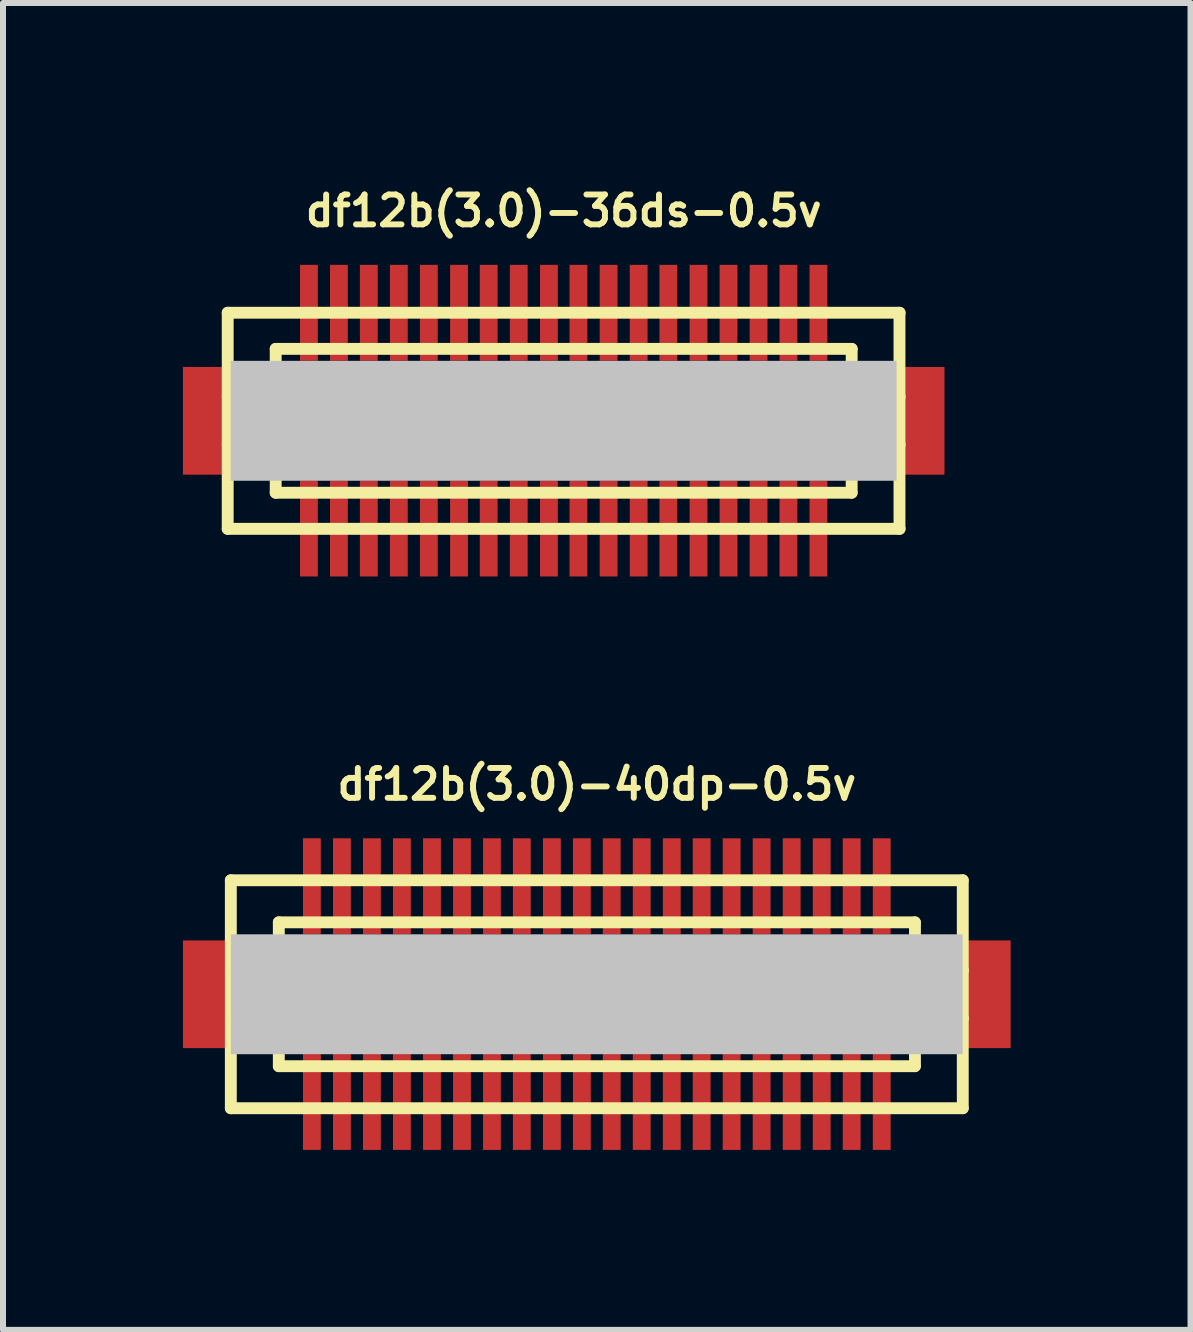
<source format=kicad_pcb>
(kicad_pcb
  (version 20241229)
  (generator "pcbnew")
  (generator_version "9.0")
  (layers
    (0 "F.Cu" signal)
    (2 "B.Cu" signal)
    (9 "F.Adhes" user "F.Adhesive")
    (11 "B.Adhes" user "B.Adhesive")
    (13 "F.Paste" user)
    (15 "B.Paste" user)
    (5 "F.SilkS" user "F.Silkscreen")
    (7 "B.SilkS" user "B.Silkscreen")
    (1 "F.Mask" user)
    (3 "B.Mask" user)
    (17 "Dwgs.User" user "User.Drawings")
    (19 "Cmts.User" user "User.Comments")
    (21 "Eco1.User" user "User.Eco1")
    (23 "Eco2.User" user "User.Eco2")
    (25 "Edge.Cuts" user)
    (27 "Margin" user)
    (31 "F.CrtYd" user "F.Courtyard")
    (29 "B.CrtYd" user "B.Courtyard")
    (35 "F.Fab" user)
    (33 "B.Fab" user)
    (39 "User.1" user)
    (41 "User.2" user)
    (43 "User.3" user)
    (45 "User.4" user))
  (footprint "df12b(3.0)-36ds-0.5v"
    (layer "F.Cu")
    (at 6.347 3.965)
    (property "Reference" "df12b(3.0)-36ds-0.5v" (at 0 -3.5 0) (layer "F.SilkS") (effects (font (size 0.498 0.498) (thickness 0.099))))
    (attr smd)
    (fp_line (start -5.601 -1.801) (end 5.601 -1.801) (stroke (width 0.198) (type solid)) (layer "F.SilkS"))
    (fp_line (start -5.601 1.801) (end -5.601 -1.801) (stroke (width 0.198) (type solid)) (layer "F.SilkS"))
    (fp_line (start -5.601 1.801) (end 5.601 1.801) (stroke (width 0.198) (type solid)) (layer "F.SilkS"))
    (fp_line (start -4.801 -1.199) (end 4.801 -1.199) (stroke (width 0.198) (type solid)) (layer "F.SilkS"))
    (fp_line (start -4.801 -0.701) (end 4.801 -0.701) (stroke (width 0.198) (type solid)) (layer "F.SilkS"))
    (fp_line (start -4.801 -0.399) (end -5.601 -0.399) (stroke (width 0.198) (type solid)) (layer "F.SilkS"))
    (fp_line (start -4.801 0.399) (end -5.601 0.399) (stroke (width 0.198) (type solid)) (layer "F.SilkS"))
    (fp_line (start -4.801 0.701) (end 4.801 0.701) (stroke (width 0.198) (type solid)) (layer "F.SilkS"))
    (fp_line (start -4.801 1.199) (end -4.801 -1.199) (stroke (width 0.198) (type solid)) (layer "F.SilkS"))
    (fp_line (start -4.801 1.199) (end 4.801 1.199) (stroke (width 0.198) (type solid)) (layer "F.SilkS"))
    (fp_line (start 4.801 -1.199) (end 4.801 1.199) (stroke (width 0.198) (type solid)) (layer "F.SilkS"))
    (fp_line (start 4.801 -0.399) (end 5.601 -0.399) (stroke (width 0.198) (type solid)) (layer "F.SilkS"))
    (fp_line (start 5.598 -1.801) (end 5.598 1.801) (stroke (width 0.198) (type solid)) (layer "F.SilkS"))
    (fp_line (start 5.601 0.399) (end 4.801 0.399) (stroke (width 0.198) (type solid)) (layer "F.SilkS"))
    (pad "" smd rect (at -5.949 0) (size 0.798 1.796) (layers "F.Cu" "F.Mask" "F.Paste"))
    (pad "" smd rect (at 0 0) (size 11.1 1.999) (layers "Dwgs.User"))
    (pad "" smd rect (at 5.949 0) (size 0.798 1.796) (layers "F.Cu" "F.Mask" "F.Paste"))
    (pad "1" smd rect (at -4.247 1.796) (size 0.297 1.598) (layers "F.Cu" "F.Mask" "F.Paste"))
    (pad "2" smd rect (at -3.747 1.796) (size 0.297 1.598) (layers "F.Cu" "F.Mask" "F.Paste"))
    (pad "3" smd rect (at -3.249 1.796) (size 0.297 1.598) (layers "F.Cu" "F.Mask" "F.Paste"))
    (pad "4" smd rect (at -2.748 1.796) (size 0.297 1.598) (layers "F.Cu" "F.Mask" "F.Paste"))
    (pad "5" smd rect (at -2.248 1.796) (size 0.297 1.598) (layers "F.Cu" "F.Mask" "F.Paste"))
    (pad "6" smd rect (at -1.745 1.796) (size 0.297 1.598) (layers "F.Cu" "F.Mask" "F.Paste"))
    (pad "7" smd rect (at -1.25 1.796) (size 0.297 1.598) (layers "F.Cu" "F.Mask" "F.Paste"))
    (pad "8" smd rect (at -0.749 1.796) (size 0.297 1.598) (layers "F.Cu" "F.Mask" "F.Paste"))
    (pad "9" smd rect (at -0.246 1.796) (size 0.297 1.598) (layers "F.Cu" "F.Mask" "F.Paste"))
    (pad "10" smd rect (at 0.246 1.796) (size 0.297 1.598) (layers "F.Cu" "F.Mask" "F.Paste"))
    (pad "11" smd rect (at 0.749 1.796) (size 0.297 1.598) (layers "F.Cu" "F.Mask" "F.Paste"))
    (pad "12" smd rect (at 1.25 1.796) (size 0.297 1.598) (layers "F.Cu" "F.Mask" "F.Paste"))
    (pad "13" smd rect (at 1.745 1.796) (size 0.297 1.598) (layers "F.Cu" "F.Mask" "F.Paste"))
    (pad "14" smd rect (at 2.248 1.796) (size 0.297 1.598) (layers "F.Cu" "F.Mask" "F.Paste"))
    (pad "15" smd rect (at 2.748 1.796) (size 0.297 1.598) (layers "F.Cu" "F.Mask" "F.Paste"))
    (pad "16" smd rect (at 3.249 1.796) (size 0.297 1.598) (layers "F.Cu" "F.Mask" "F.Paste"))
    (pad "17" smd rect (at 3.747 1.796) (size 0.297 1.598) (layers "F.Cu" "F.Mask" "F.Paste"))
    (pad "18" smd rect (at 4.247 1.796) (size 0.297 1.598) (layers "F.Cu" "F.Mask" "F.Paste"))
    (pad "19" smd rect (at 4.247 -1.801) (size 0.297 1.598) (layers "F.Cu" "F.Mask" "F.Paste"))
    (pad "20" smd rect (at 3.747 -1.801) (size 0.297 1.598) (layers "F.Cu" "F.Mask" "F.Paste"))
    (pad "21" smd rect (at 3.249 -1.801) (size 0.297 1.598) (layers "F.Cu" "F.Mask" "F.Paste"))
    (pad "22" smd rect (at 2.748 -1.801) (size 0.297 1.598) (layers "F.Cu" "F.Mask" "F.Paste"))
    (pad "23" smd rect (at 2.248 -1.801) (size 0.297 1.598) (layers "F.Cu" "F.Mask" "F.Paste"))
    (pad "24" smd rect (at 1.745 -1.801) (size 0.297 1.598) (layers "F.Cu" "F.Mask" "F.Paste"))
    (pad "25" smd rect (at 1.25 -1.801) (size 0.297 1.598) (layers "F.Cu" "F.Mask" "F.Paste"))
    (pad "26" smd rect (at 0.749 -1.801) (size 0.297 1.598) (layers "F.Cu" "F.Mask" "F.Paste"))
    (pad "27" smd rect (at 0.246 -1.801) (size 0.297 1.598) (layers "F.Cu" "F.Mask" "F.Paste"))
    (pad "28" smd rect (at -0.246 -1.801) (size 0.297 1.598) (layers "F.Cu" "F.Mask" "F.Paste"))
    (pad "29" smd rect (at -0.749 -1.801) (size 0.297 1.598) (layers "F.Cu" "F.Mask" "F.Paste"))
    (pad "30" smd rect (at -1.25 -1.801) (size 0.297 1.598) (layers "F.Cu" "F.Mask" "F.Paste"))
    (pad "31" smd rect (at -1.745 -1.801) (size 0.297 1.598) (layers "F.Cu" "F.Mask" "F.Paste"))
    (pad "32" smd rect (at -2.248 -1.801) (size 0.297 1.598) (layers "F.Cu" "F.Mask" "F.Paste"))
    (pad "33" smd rect (at -2.748 -1.801) (size 0.297 1.598) (layers "F.Cu" "F.Mask" "F.Paste"))
    (pad "34" smd rect (at -3.249 -1.801) (size 0.297 1.598) (layers "F.Cu" "F.Mask" "F.Paste"))
    (pad "35" smd rect (at -3.747 -1.801) (size 0.297 1.598) (layers "F.Cu" "F.Mask" "F.Paste"))
    (pad "36" smd rect (at -4.247 -1.801) (size 0.297 1.598) (layers "F.Cu" "F.Mask" "F.Paste")))
  (footprint "df12b(3.0)-40dp-0.5v"
    (layer "F.Cu")
    (at 6.899 13.525)
    (property "Reference" "df12b(3.0)-40dp-0.5v" (at 0 -3.5 0) (layer "F.SilkS") (effects (font (size 0.498 0.498) (thickness 0.099))))
    (attr smd)
    (fp_line (start -6.101 -1.9) (end -6.101 1.9) (stroke (width 0.198) (type solid)) (layer "F.SilkS"))
    (fp_line (start -6.101 1.9) (end 6.101 1.9) (stroke (width 0.198) (type solid)) (layer "F.SilkS"))
    (fp_line (start -5.301 -1.199) (end 5.301 -1.199) (stroke (width 0.198) (type solid)) (layer "F.SilkS"))
    (fp_line (start -5.301 -0.399) (end -6.101 -0.399) (stroke (width 0.198) (type solid)) (layer "F.SilkS"))
    (fp_line (start -5.301 0.399) (end -6.101 0.399) (stroke (width 0.198) (type solid)) (layer "F.SilkS"))
    (fp_line (start -5.301 1.199) (end -5.301 -1.199) (stroke (width 0.198) (type solid)) (layer "F.SilkS"))
    (fp_line (start 5.301 1.199) (end -5.301 1.199) (stroke (width 0.198) (type solid)) (layer "F.SilkS"))
    (fp_line (start 5.304 -1.199) (end 5.304 1.199) (stroke (width 0.198) (type solid)) (layer "F.SilkS"))
    (fp_line (start 5.304 -0.399) (end 6.104 -0.399) (stroke (width 0.198) (type solid)) (layer "F.SilkS"))
    (fp_line (start 6.101 -1.9) (end -6.101 -1.9) (stroke (width 0.198) (type solid)) (layer "F.SilkS"))
    (fp_line (start 6.101 1.9) (end 6.101 -1.9) (stroke (width 0.198) (type solid)) (layer "F.SilkS"))
    (fp_line (start 6.104 0.399) (end 5.304 0.399) (stroke (width 0.198) (type solid)) (layer "F.SilkS"))
    (pad "" smd rect (at -6.5 0) (size 0.798 1.796) (layers "F.Cu" "F.Mask" "F.Paste"))
    (pad "" smd rect (at 0 0) (size 12.2 1.999) (layers "Dwgs.User"))
    (pad "" smd rect (at 6.5 0) (size 0.798 1.796) (layers "F.Cu" "F.Mask" "F.Paste"))
    (pad "1" smd rect (at 4.75 1.796) (size 0.297 1.598) (layers "F.Cu" "F.Mask" "F.Paste"))
    (pad "2" smd rect (at 4.249 1.796) (size 0.297 1.598) (layers "F.Cu" "F.Mask" "F.Paste"))
    (pad "3" smd rect (at 3.749 1.796) (size 0.297 1.598) (layers "F.Cu" "F.Mask" "F.Paste"))
    (pad "4" smd rect (at 3.249 1.796) (size 0.297 1.598) (layers "F.Cu" "F.Mask" "F.Paste"))
    (pad "5" smd rect (at 2.748 1.796) (size 0.297 1.598) (layers "F.Cu" "F.Mask" "F.Paste"))
    (pad "6" smd rect (at 2.248 1.796) (size 0.297 1.598) (layers "F.Cu" "F.Mask" "F.Paste"))
    (pad "7" smd rect (at 1.748 1.796) (size 0.297 1.598) (layers "F.Cu" "F.Mask" "F.Paste"))
    (pad "8" smd rect (at 1.25 1.796) (size 0.297 1.598) (layers "F.Cu" "F.Mask" "F.Paste"))
    (pad "9" smd rect (at 0.749 1.796) (size 0.297 1.598) (layers "F.Cu" "F.Mask" "F.Paste"))
    (pad "10" smd rect (at 0.249 1.796) (size 0.297 1.598) (layers "F.Cu" "F.Mask" "F.Paste"))
    (pad "11" smd rect (at -0.249 1.796) (size 0.297 1.598) (layers "F.Cu" "F.Mask" "F.Paste"))
    (pad "12" smd rect (at -0.749 1.796) (size 0.297 1.598) (layers "F.Cu" "F.Mask" "F.Paste"))
    (pad "13" smd rect (at -1.25 1.796) (size 0.297 1.598) (layers "F.Cu" "F.Mask" "F.Paste"))
    (pad "14" smd rect (at -1.748 1.796) (size 0.297 1.598) (layers "F.Cu" "F.Mask" "F.Paste"))
    (pad "15" smd rect (at -2.248 1.796) (size 0.297 1.598) (layers "F.Cu" "F.Mask" "F.Paste"))
    (pad "16" smd rect (at -2.748 1.796) (size 0.297 1.598) (layers "F.Cu" "F.Mask" "F.Paste"))
    (pad "17" smd rect (at -3.249 1.796) (size 0.297 1.598) (layers "F.Cu" "F.Mask" "F.Paste"))
    (pad "18" smd rect (at -3.749 1.796) (size 0.297 1.598) (layers "F.Cu" "F.Mask" "F.Paste"))
    (pad "19" smd rect (at -4.249 1.796) (size 0.297 1.598) (layers "F.Cu" "F.Mask" "F.Paste"))
    (pad "20" smd rect (at -4.75 1.796) (size 0.297 1.598) (layers "F.Cu" "F.Mask" "F.Paste"))
    (pad "21" smd rect (at -4.75 -1.801) (size 0.297 1.598) (layers "F.Cu" "F.Mask" "F.Paste"))
    (pad "22" smd rect (at -4.249 -1.801) (size 0.297 1.598) (layers "F.Cu" "F.Mask" "F.Paste"))
    (pad "23" smd rect (at -3.749 -1.801) (size 0.297 1.598) (layers "F.Cu" "F.Mask" "F.Paste"))
    (pad "24" smd rect (at -3.249 -1.801) (size 0.297 1.598) (layers "F.Cu" "F.Mask" "F.Paste"))
    (pad "25" smd rect (at -2.748 -1.801) (size 0.297 1.598) (layers "F.Cu" "F.Mask" "F.Paste"))
    (pad "26" smd rect (at -2.248 -1.801) (size 0.297 1.598) (layers "F.Cu" "F.Mask" "F.Paste"))
    (pad "27" smd rect (at -1.748 -1.801) (size 0.297 1.598) (layers "F.Cu" "F.Mask" "F.Paste"))
    (pad "28" smd rect (at -1.25 -1.801) (size 0.297 1.598) (layers "F.Cu" "F.Mask" "F.Paste"))
    (pad "29" smd rect (at -0.749 -1.801) (size 0.297 1.598) (layers "F.Cu" "F.Mask" "F.Paste"))
    (pad "30" smd rect (at -0.249 -1.801) (size 0.297 1.598) (layers "F.Cu" "F.Mask" "F.Paste"))
    (pad "31" smd rect (at 0.249 -1.801) (size 0.297 1.598) (layers "F.Cu" "F.Mask" "F.Paste"))
    (pad "32" smd rect (at 0.749 -1.801) (size 0.297 1.598) (layers "F.Cu" "F.Mask" "F.Paste"))
    (pad "33" smd rect (at 1.25 -1.801) (size 0.297 1.598) (layers "F.Cu" "F.Mask" "F.Paste"))
    (pad "34" smd rect (at 1.748 -1.801) (size 0.297 1.598) (layers "F.Cu" "F.Mask" "F.Paste"))
    (pad "35" smd rect (at 2.248 -1.801) (size 0.297 1.598) (layers "F.Cu" "F.Mask" "F.Paste"))
    (pad "36" smd rect (at 2.748 -1.801) (size 0.297 1.598) (layers "F.Cu" "F.Mask" "F.Paste"))
    (pad "37" smd rect (at 3.249 -1.801) (size 0.297 1.598) (layers "F.Cu" "F.Mask" "F.Paste"))
    (pad "38" smd rect (at 3.749 -1.801) (size 0.297 1.598) (layers "F.Cu" "F.Mask" "F.Paste"))
    (pad "39" smd rect (at 4.249 -1.801) (size 0.297 1.598) (layers "F.Cu" "F.Mask" "F.Paste"))
    (pad "40" smd rect (at 4.75 -1.801) (size 0.297 1.598) (layers "F.Cu" "F.Mask" "F.Paste")))
  (gr_rect
    (start -3 -3)
    (end 16.797 19.12)
    (stroke (width 0.1) (type default))
    (fill no)
    (layer "Edge.Cuts")))
</source>
